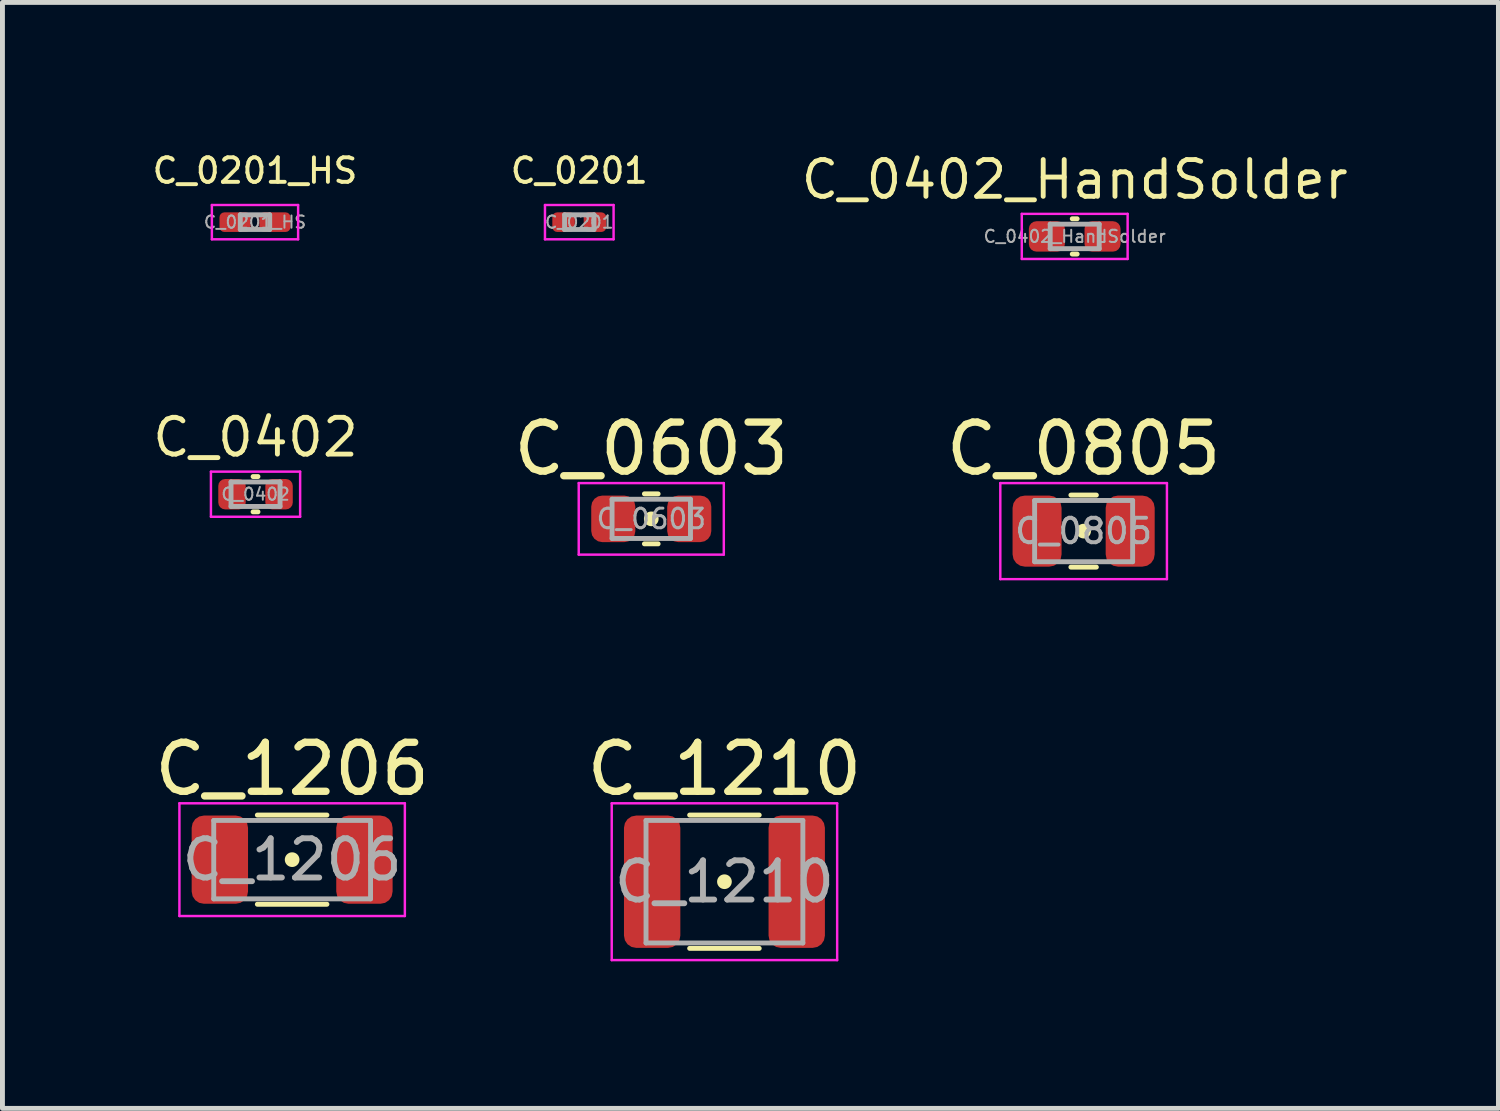
<source format=kicad_pcb>
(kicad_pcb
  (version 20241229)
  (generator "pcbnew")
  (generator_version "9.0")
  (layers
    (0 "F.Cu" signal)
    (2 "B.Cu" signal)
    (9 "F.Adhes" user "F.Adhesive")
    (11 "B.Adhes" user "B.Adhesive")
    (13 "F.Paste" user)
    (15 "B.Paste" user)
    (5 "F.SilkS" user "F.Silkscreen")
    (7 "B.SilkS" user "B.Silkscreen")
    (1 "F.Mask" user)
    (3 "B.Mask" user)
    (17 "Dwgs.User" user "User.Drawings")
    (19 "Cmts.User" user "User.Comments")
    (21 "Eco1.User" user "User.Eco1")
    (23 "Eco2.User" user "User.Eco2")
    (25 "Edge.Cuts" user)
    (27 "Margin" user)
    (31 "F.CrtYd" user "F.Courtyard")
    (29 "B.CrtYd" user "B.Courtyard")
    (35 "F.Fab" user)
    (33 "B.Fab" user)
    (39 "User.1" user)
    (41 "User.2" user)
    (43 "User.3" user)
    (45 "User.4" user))
  (footprint "C_0201"
    (layer "F.Cu")
    (at 8.77 1.483)
    (property "Reference" "C_0201" (at 0 -1.05 0) (layer "F.SilkS") (effects (font (size 0.5 0.5) (thickness 0.08))))
    (attr smd)
    (fp_line (start -0.7 -0.35) (end 0.7 -0.35) (stroke (width 0.05) (type solid)) (layer "F.CrtYd"))
    (fp_line (start -0.7 0.35) (end -0.7 -0.35) (stroke (width 0.05) (type solid)) (layer "F.CrtYd"))
    (fp_line (start 0.7 -0.35) (end 0.7 0.35) (stroke (width 0.05) (type solid)) (layer "F.CrtYd"))
    (fp_line (start 0.7 0.35) (end -0.7 0.35) (stroke (width 0.05) (type solid)) (layer "F.CrtYd"))
    (fp_line (start -0.3 -0.15) (end 0.3 -0.15) (stroke (width 0.1) (type solid)) (layer "F.Fab"))
    (fp_line (start -0.3 0.15) (end -0.3 -0.15) (stroke (width 0.1) (type solid)) (layer "F.Fab"))
    (fp_line (start 0.3 -0.15) (end 0.3 0.15) (stroke (width 0.1) (type solid)) (layer "F.Fab"))
    (fp_line (start 0.3 0.15) (end -0.3 0.15) (stroke (width 0.1) (type solid)) (layer "F.Fab"))
    (fp_text user "${REFERENCE}" (at 0 0 0) (layer "F.Fab") (effects (font (size 0.25 0.25) (thickness 0.04))))
    (pad "" smd roundrect (at -0.345 0) (size 0.318 0.36) (layers "F.Paste") (roundrect_rratio 0.25))
    (pad "" smd roundrect (at 0.345 0) (size 0.318 0.36) (layers "F.Paste") (roundrect_rratio 0.25))
    (pad "1" smd roundrect (at -0.32 0) (size 0.46 0.4) (layers "F.Cu" "F.Mask") (roundrect_rratio 0.25))
    (pad "2" smd roundrect (at 0.32 0) (size 0.46 0.4) (layers "F.Cu" "F.Mask") (roundrect_rratio 0.25)))
  (footprint "C_0201_HS"
    (layer "F.Cu")
    (at 2.153 1.483)
    (property "Reference" "C_0201_HS" (at 0 -1.05 0) (layer "F.SilkS") (effects (font (size 0.5 0.5) (thickness 0.08))))
    (attr smd)
    (fp_line (start -0.88 -0.35) (end 0.88 -0.35) (stroke (width 0.05) (type solid)) (layer "F.CrtYd"))
    (fp_line (start -0.88 0.35) (end -0.88 -0.35) (stroke (width 0.05) (type solid)) (layer "F.CrtYd"))
    (fp_line (start 0.88 -0.35) (end 0.88 0.35) (stroke (width 0.05) (type solid)) (layer "F.CrtYd"))
    (fp_line (start 0.88 0.35) (end -0.88 0.35) (stroke (width 0.05) (type solid)) (layer "F.CrtYd"))
    (fp_line (start -0.3 -0.15) (end 0.3 -0.15) (stroke (width 0.1) (type solid)) (layer "F.Fab"))
    (fp_line (start -0.3 0.15) (end -0.3 -0.15) (stroke (width 0.1) (type solid)) (layer "F.Fab"))
    (fp_line (start 0.3 -0.15) (end 0.3 0.15) (stroke (width 0.1) (type solid)) (layer "F.Fab"))
    (fp_line (start 0.3 0.15) (end -0.3 0.15) (stroke (width 0.1) (type solid)) (layer "F.Fab"))
    (fp_text user "${REFERENCE}" (at 0 0 0) (layer "F.Fab") (effects (font (size 0.25 0.25) (thickness 0.04))))
    (pad "" smd roundrect (at -0.432 0) (size 0.458 0.36) (layers "F.Paste") (roundrect_rratio 0.25))
    (pad "" smd roundrect (at 0.432 0) (size 0.458 0.36) (layers "F.Paste") (roundrect_rratio 0.25))
    (pad "1" smd roundrect (at -0.407 0) (size 0.635 0.4) (layers "F.Cu" "F.Mask") (roundrect_rratio 0.25))
    (pad "2" smd roundrect (at 0.407 0) (size 0.635 0.4) (layers "F.Cu" "F.Mask") (roundrect_rratio 0.25)))
  (footprint "C_0603"
    (layer "F.Cu")
    (at 10.239 7.537)
    (property "Reference" "C_0603" (at 0 -1.43 0) (layer "F.SilkS") (effects (font (size 1 1) (thickness 0.15))))
    (attr smd)
    (fp_line (start -0.14 -0.51) (end 0.14 -0.51) (stroke (width 0.1) (type solid)) (layer "F.SilkS"))
    (fp_line (start -0.14 0.51) (end 0.14 0.51) (stroke (width 0.1) (type solid)) (layer "F.SilkS"))
    (fp_circle (center 0 0) (end 0.1 0) (stroke (width 0.1) (type solid)) (fill yes) (layer "F.SilkS"))
    (fp_line (start -1.48 -0.73) (end 1.48 -0.73) (stroke (width 0.05) (type solid)) (layer "F.CrtYd"))
    (fp_line (start -1.48 0.73) (end -1.48 -0.73) (stroke (width 0.05) (type solid)) (layer "F.CrtYd"))
    (fp_line (start 1.48 -0.73) (end 1.48 0.73) (stroke (width 0.05) (type solid)) (layer "F.CrtYd"))
    (fp_line (start 1.48 0.73) (end -1.48 0.73) (stroke (width 0.05) (type solid)) (layer "F.CrtYd"))
    (fp_line (start -0.8 -0.4) (end 0.8 -0.4) (stroke (width 0.1) (type solid)) (layer "F.Fab"))
    (fp_line (start -0.8 0.4) (end -0.8 -0.4) (stroke (width 0.1) (type solid)) (layer "F.Fab"))
    (fp_line (start 0.8 -0.4) (end 0.8 0.4) (stroke (width 0.1) (type solid)) (layer "F.Fab"))
    (fp_line (start 0.8 0.4) (end -0.8 0.4) (stroke (width 0.1) (type solid)) (layer "F.Fab"))
    (fp_text user "${REFERENCE}" (at 0 0 0) (layer "F.Fab") (effects (font (size 0.4 0.4) (thickness 0.06))))
    (pad "1" smd roundrect (at -0.775 0) (size 0.9 0.95) (layers "F.Cu" "F.Mask" "F.Paste") (roundrect_rratio 0.25))
    (pad "2" smd roundrect (at 0.775 0) (size 0.9 0.95) (layers "F.Cu" "F.Mask" "F.Paste") (roundrect_rratio 0.25)))
  (footprint "C_1210"
    (layer "F.Cu")
    (at 11.732 14.941)
    (property "Reference" "C_1210" (at 0 -2.3 0) (layer "F.SilkS") (effects (font (size 1 1) (thickness 0.15))))
    (attr smd)
    (fp_line (start -0.71 -1.36) (end 0.71 -1.36) (stroke (width 0.1) (type solid)) (layer "F.SilkS"))
    (fp_line (start -0.71 1.36) (end 0.71 1.36) (stroke (width 0.1) (type solid)) (layer "F.SilkS"))
    (fp_circle (center 0 0) (end 0.1 0) (stroke (width 0.1) (type solid)) (fill yes) (layer "F.SilkS"))
    (fp_line (start -2.3 -1.6) (end 2.3 -1.6) (stroke (width 0.05) (type solid)) (layer "F.CrtYd"))
    (fp_line (start -2.3 1.6) (end -2.3 -1.6) (stroke (width 0.05) (type solid)) (layer "F.CrtYd"))
    (fp_line (start 2.3 -1.6) (end 2.3 1.6) (stroke (width 0.05) (type solid)) (layer "F.CrtYd"))
    (fp_line (start 2.3 1.6) (end -2.3 1.6) (stroke (width 0.05) (type solid)) (layer "F.CrtYd"))
    (fp_line (start -1.6 -1.25) (end 1.6 -1.25) (stroke (width 0.1) (type solid)) (layer "F.Fab"))
    (fp_line (start -1.6 1.25) (end -1.6 -1.25) (stroke (width 0.1) (type solid)) (layer "F.Fab"))
    (fp_line (start 1.6 -1.25) (end 1.6 1.25) (stroke (width 0.1) (type solid)) (layer "F.Fab"))
    (fp_line (start 1.6 1.25) (end -1.6 1.25) (stroke (width 0.1) (type solid)) (layer "F.Fab"))
    (fp_text user "${REFERENCE}" (at 0 0 0) (layer "F.Fab") (effects (font (size 0.8 0.8) (thickness 0.12))))
    (pad "1" smd roundrect (at -1.475 0) (size 1.15 2.7) (layers "F.Cu" "F.Mask" "F.Paste") (roundrect_rratio 0.217))
    (pad "2" smd roundrect (at 1.475 0) (size 1.15 2.7) (layers "F.Cu" "F.Mask" "F.Paste") (roundrect_rratio 0.217)))
  (footprint "C_1206"
    (layer "F.Cu")
    (at 2.911 14.491)
    (property "Reference" "C_1206" (at 0 -1.85 0) (layer "F.SilkS") (effects (font (size 1 1) (thickness 0.15))))
    (attr smd)
    (fp_line (start -0.71 -0.91) (end 0.71 -0.91) (stroke (width 0.1) (type solid)) (layer "F.SilkS"))
    (fp_line (start -0.71 0.91) (end 0.71 0.91) (stroke (width 0.1) (type solid)) (layer "F.SilkS"))
    (fp_circle (center 0 0) (end 0.1 0) (stroke (width 0.1) (type solid)) (fill yes) (layer "F.SilkS"))
    (fp_line (start -2.3 -1.15) (end 2.3 -1.15) (stroke (width 0.05) (type solid)) (layer "F.CrtYd"))
    (fp_line (start -2.3 1.15) (end -2.3 -1.15) (stroke (width 0.05) (type solid)) (layer "F.CrtYd"))
    (fp_line (start 2.3 -1.15) (end 2.3 1.15) (stroke (width 0.05) (type solid)) (layer "F.CrtYd"))
    (fp_line (start 2.3 1.15) (end -2.3 1.15) (stroke (width 0.05) (type solid)) (layer "F.CrtYd"))
    (fp_line (start -1.6 -0.8) (end 1.6 -0.8) (stroke (width 0.1) (type solid)) (layer "F.Fab"))
    (fp_line (start -1.6 0.8) (end -1.6 -0.8) (stroke (width 0.1) (type solid)) (layer "F.Fab"))
    (fp_line (start 1.6 -0.8) (end 1.6 0.8) (stroke (width 0.1) (type solid)) (layer "F.Fab"))
    (fp_line (start 1.6 0.8) (end -1.6 0.8) (stroke (width 0.1) (type solid)) (layer "F.Fab"))
    (fp_text user "${REFERENCE}" (at 0 0 0) (layer "F.Fab") (effects (font (size 0.8 0.8) (thickness 0.12))))
    (pad "1" smd roundrect (at -1.475 0) (size 1.15 1.8) (layers "F.Cu" "F.Mask" "F.Paste") (roundrect_rratio 0.217))
    (pad "2" smd roundrect (at 1.475 0) (size 1.15 1.8) (layers "F.Cu" "F.Mask" "F.Paste") (roundrect_rratio 0.217)))
  (footprint "C_0402_HandSolder"
    (layer "F.Cu")
    (at 18.879 1.774)
    (property "Reference" "C_0402_HandSolder" (at 0 -1.16 0) (layer "F.SilkS") (effects (font (size 0.75 0.75) (thickness 0.1))))
    (attr smd)
    (fp_line (start -0.05 -0.36) (end 0.05 -0.36) (stroke (width 0.1) (type solid)) (layer "F.SilkS"))
    (fp_line (start -0.05 0.36) (end 0.05 0.36) (stroke (width 0.1) (type solid)) (layer "F.SilkS"))
    (fp_line (start -1.08 -0.46) (end 1.08 -0.46) (stroke (width 0.05) (type solid)) (layer "F.CrtYd"))
    (fp_line (start -1.08 0.46) (end -1.08 -0.46) (stroke (width 0.05) (type solid)) (layer "F.CrtYd"))
    (fp_line (start 1.08 -0.46) (end 1.08 0.46) (stroke (width 0.05) (type solid)) (layer "F.CrtYd"))
    (fp_line (start 1.08 0.46) (end -1.08 0.46) (stroke (width 0.05) (type solid)) (layer "F.CrtYd"))
    (fp_line (start -0.5 -0.25) (end 0.5 -0.25) (stroke (width 0.1) (type solid)) (layer "F.Fab"))
    (fp_line (start -0.5 0.25) (end -0.5 -0.25) (stroke (width 0.1) (type solid)) (layer "F.Fab"))
    (fp_line (start 0.5 -0.25) (end 0.5 0.25) (stroke (width 0.1) (type solid)) (layer "F.Fab"))
    (fp_line (start 0.5 0.25) (end -0.5 0.25) (stroke (width 0.1) (type solid)) (layer "F.Fab"))
    (fp_text user "${REFERENCE}" (at 0 0 0) (layer "F.Fab") (effects (font (size 0.25 0.25) (thickness 0.04))))
    (pad "1" smd roundrect (at -0.568 0) (size 0.735 0.62) (layers "F.Cu" "F.Mask" "F.Paste") (roundrect_rratio 0.25))
    (pad "2" smd roundrect (at 0.568 0) (size 0.735 0.62) (layers "F.Cu" "F.Mask" "F.Paste") (roundrect_rratio 0.25)))
  (footprint "C_0805"
    (layer "F.Cu")
    (at 19.061 7.787)
    (property "Reference" "C_0805" (at 0 -1.68 0) (layer "F.SilkS") (effects (font (size 1 1) (thickness 0.15))))
    (attr smd)
    (fp_line (start -0.26 -0.735) (end 0.26 -0.735) (stroke (width 0.1) (type solid)) (layer "F.SilkS"))
    (fp_line (start -0.26 0.735) (end 0.26 0.735) (stroke (width 0.1) (type solid)) (layer "F.SilkS"))
    (fp_circle (center 0 0) (end 0.1 0) (stroke (width 0.1) (type solid)) (fill yes) (layer "F.SilkS"))
    (fp_line (start -1.7 -0.98) (end 1.7 -0.98) (stroke (width 0.05) (type solid)) (layer "F.CrtYd"))
    (fp_line (start -1.7 0.98) (end -1.7 -0.98) (stroke (width 0.05) (type solid)) (layer "F.CrtYd"))
    (fp_line (start 1.7 -0.98) (end 1.7 0.98) (stroke (width 0.05) (type solid)) (layer "F.CrtYd"))
    (fp_line (start 1.7 0.98) (end -1.7 0.98) (stroke (width 0.05) (type solid)) (layer "F.CrtYd"))
    (fp_line (start -1 -0.625) (end 1 -0.625) (stroke (width 0.1) (type solid)) (layer "F.Fab"))
    (fp_line (start -1 0.625) (end -1 -0.625) (stroke (width 0.1) (type solid)) (layer "F.Fab"))
    (fp_line (start 1 -0.625) (end 1 0.625) (stroke (width 0.1) (type solid)) (layer "F.Fab"))
    (fp_line (start 1 0.625) (end -1 0.625) (stroke (width 0.1) (type solid)) (layer "F.Fab"))
    (fp_text user "${REFERENCE}" (at 0 0 0) (layer "F.Fab") (effects (font (size 0.5 0.5) (thickness 0.08))))
    (pad "1" smd roundrect (at -0.95 0) (size 1 1.45) (layers "F.Cu" "F.Mask" "F.Paste") (roundrect_rratio 0.25))
    (pad "2" smd roundrect (at 0.95 0) (size 1 1.45) (layers "F.Cu" "F.Mask" "F.Paste") (roundrect_rratio 0.25)))
  (footprint "C_0402"
    (layer "F.Cu")
    (at 2.164 7.034)
    (property "Reference" "C_0402" (at 0 -1.16 0) (layer "F.SilkS") (effects (font (size 0.75 0.75) (thickness 0.1))))
    (attr smd)
    (fp_line (start -0.05 -0.36) (end 0.05 -0.36) (stroke (width 0.1) (type solid)) (layer "F.SilkS"))
    (fp_line (start -0.05 0.36) (end 0.05 0.36) (stroke (width 0.1) (type solid)) (layer "F.SilkS"))
    (fp_line (start -0.91 -0.46) (end 0.91 -0.46) (stroke (width 0.05) (type solid)) (layer "F.CrtYd"))
    (fp_line (start -0.91 0.46) (end -0.91 -0.46) (stroke (width 0.05) (type solid)) (layer "F.CrtYd"))
    (fp_line (start 0.91 -0.46) (end 0.91 0.46) (stroke (width 0.05) (type solid)) (layer "F.CrtYd"))
    (fp_line (start 0.91 0.46) (end -0.91 0.46) (stroke (width 0.05) (type solid)) (layer "F.CrtYd"))
    (fp_line (start -0.5 -0.25) (end 0.5 -0.25) (stroke (width 0.1) (type solid)) (layer "F.Fab"))
    (fp_line (start -0.5 0.25) (end -0.5 -0.25) (stroke (width 0.1) (type solid)) (layer "F.Fab"))
    (fp_line (start 0.5 -0.25) (end 0.5 0.25) (stroke (width 0.1) (type solid)) (layer "F.Fab"))
    (fp_line (start 0.5 0.25) (end -0.5 0.25) (stroke (width 0.1) (type solid)) (layer "F.Fab"))
    (fp_text user "${REFERENCE}" (at 0 0 0) (layer "F.Fab") (effects (font (size 0.25 0.25) (thickness 0.04))))
    (pad "1" smd roundrect (at -0.48 0) (size 0.56 0.62) (layers "F.Cu" "F.Mask" "F.Paste") (roundrect_rratio 0.25))
    (pad "2" smd roundrect (at 0.48 0) (size 0.56 0.62) (layers "F.Cu" "F.Mask" "F.Paste") (roundrect_rratio 0.25)))
  (gr_rect
    (start -3 -3)
    (end 27.525 19.566)
    (stroke (width 0.1) (type default))
    (fill no)
    (layer "Edge.Cuts")))
</source>
